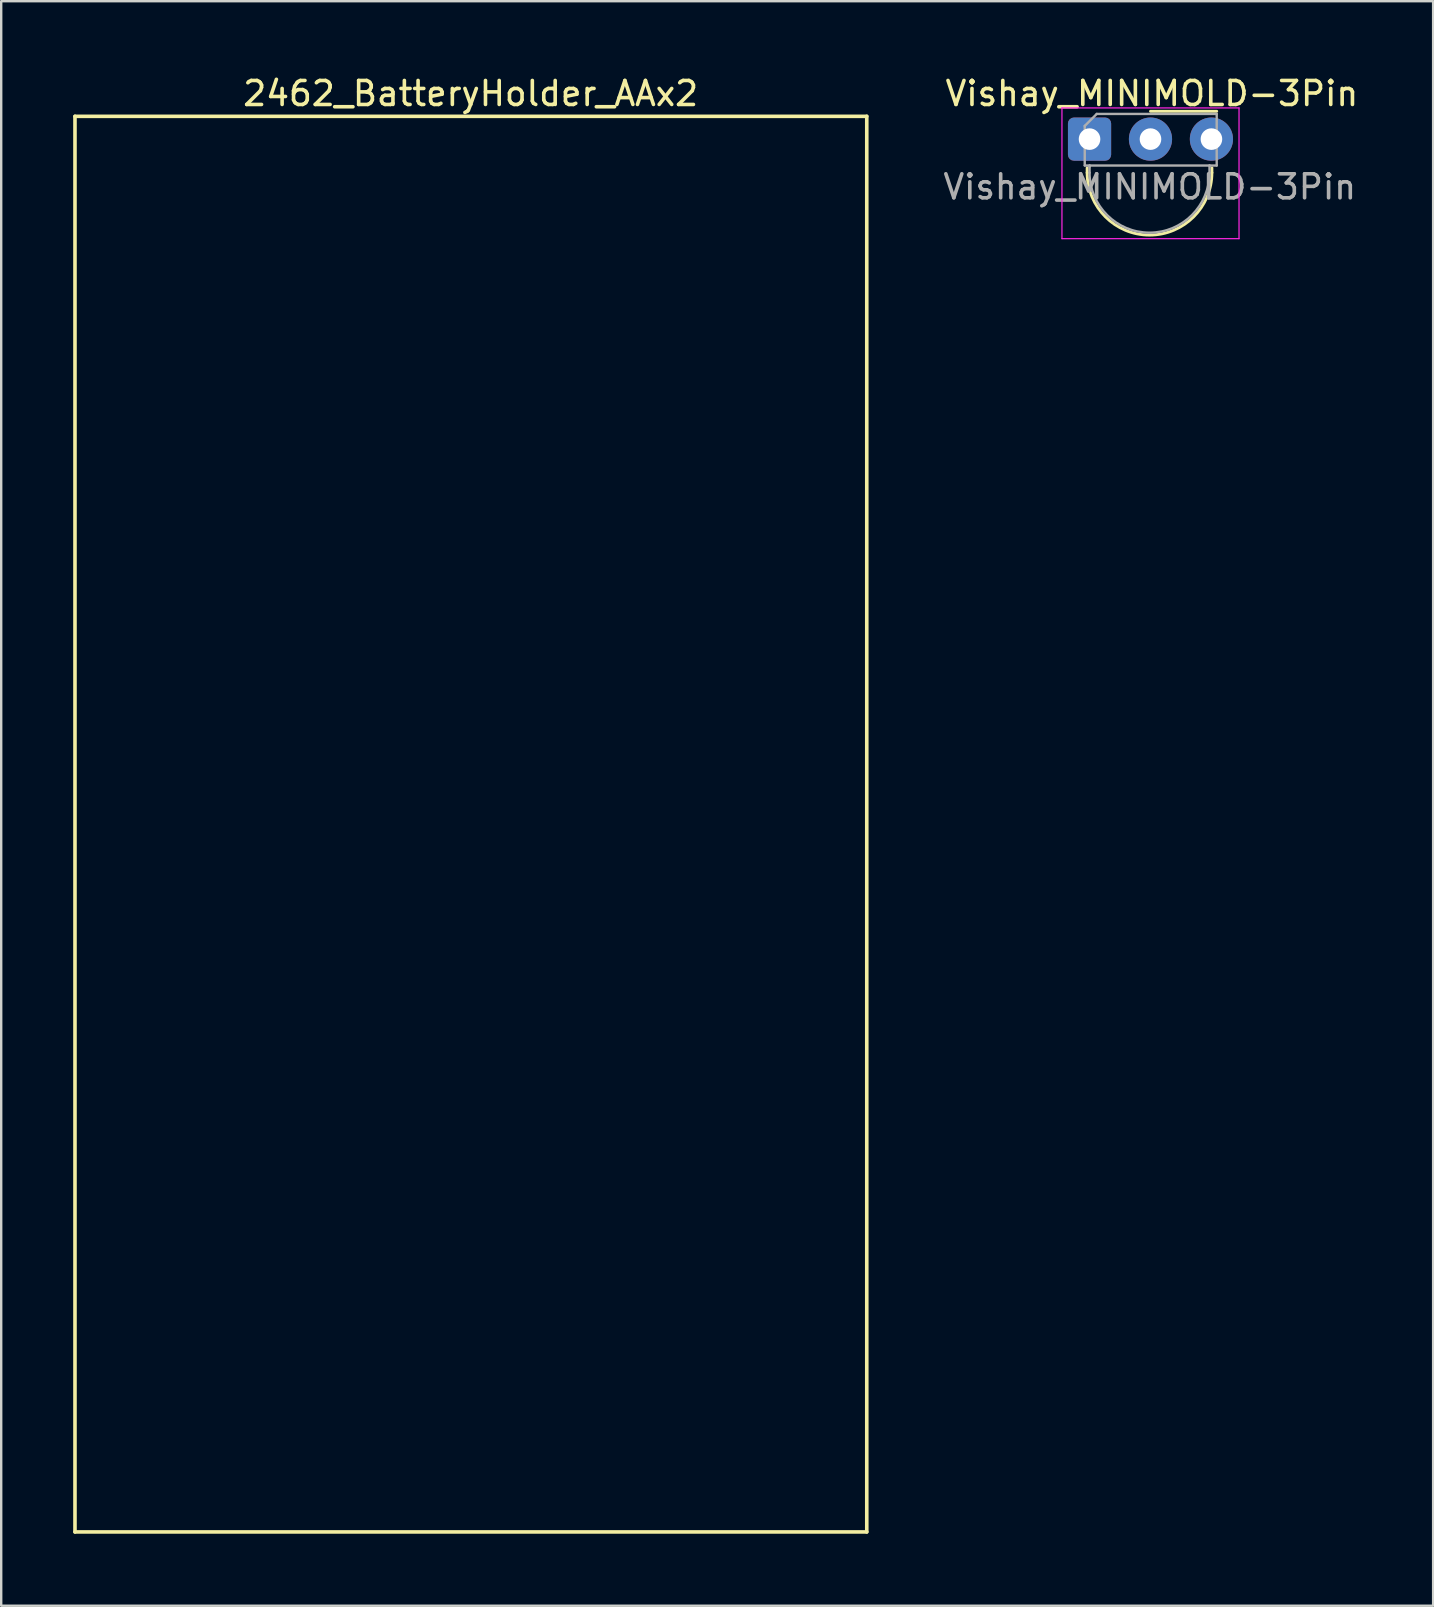
<source format=kicad_pcb>
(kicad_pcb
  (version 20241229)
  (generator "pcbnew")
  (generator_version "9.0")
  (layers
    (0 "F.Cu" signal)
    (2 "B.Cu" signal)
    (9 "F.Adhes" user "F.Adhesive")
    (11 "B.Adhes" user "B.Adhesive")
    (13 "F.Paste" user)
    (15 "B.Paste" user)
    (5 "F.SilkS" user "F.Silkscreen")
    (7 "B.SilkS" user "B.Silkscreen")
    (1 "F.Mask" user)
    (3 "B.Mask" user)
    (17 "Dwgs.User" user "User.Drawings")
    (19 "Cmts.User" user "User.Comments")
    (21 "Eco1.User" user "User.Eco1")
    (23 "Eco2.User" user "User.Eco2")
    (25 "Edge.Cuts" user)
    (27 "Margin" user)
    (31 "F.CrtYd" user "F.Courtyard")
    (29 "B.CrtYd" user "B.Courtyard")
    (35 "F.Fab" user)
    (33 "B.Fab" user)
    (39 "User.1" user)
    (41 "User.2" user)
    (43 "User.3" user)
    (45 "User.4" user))
  (footprint "Vishay_MINIMOLD-3Pin"
    (layer "F.Cu")
    (at 42.36 2.748)
    (property "Reference" "Vishay_MINIMOLD-3Pin" (at 2.6 -1.9 180) (layer "F.SilkS") (effects (font (size 1 1) (thickness 0.15))))
    (attr through_hole)
    (fp_line (start -0.1 1.4) (end -0.1 1.2) (stroke (width 0.12) (type solid)) (layer "F.SilkS"))
    (fp_line (start 5.1 1.4) (end 5.1 1.2) (stroke (width 0.12) (type solid)) (layer "F.SilkS"))
    (fp_line (start 5.3 -1.16) (end 2.54 -1.16) (stroke (width 0.12) (type solid)) (layer "F.SilkS"))
    (fp_arc (start 5.1 1.4) (mid 2.5 4) (end -0.1 1.4) (stroke (width 0.12) (type solid)) (layer "F.SilkS"))
    (fp_line (start -1.15 -1.3) (end -1.15 4.15) (stroke (width 0.05) (type solid)) (layer "F.CrtYd"))
    (fp_line (start -1.15 -1.3) (end 6.23 -1.3) (stroke (width 0.05) (type solid)) (layer "F.CrtYd"))
    (fp_line (start 6.23 4.15) (end -1.15 4.15) (stroke (width 0.05) (type solid)) (layer "F.CrtYd"))
    (fp_line (start 6.23 4.15) (end 6.23 -1.3) (stroke (width 0.05) (type solid)) (layer "F.CrtYd"))
    (fp_line (start -0.2 1.1) (end -0.2 -0.55) (stroke (width 0.1) (type solid)) (layer "F.Fab"))
    (fp_line (start 0 1.1) (end -0.2 1.1) (stroke (width 0.1) (type solid)) (layer "F.Fab"))
    (fp_line (start 0 1.15) (end 0 1.1) (stroke (width 0.1) (type solid)) (layer "F.Fab"))
    (fp_line (start 0 1.4) (end 0 1.15) (stroke (width 0.1) (type solid)) (layer "F.Fab"))
    (fp_line (start 0.3 -1.05) (end -0.2 -0.55) (stroke (width 0.1) (type solid)) (layer "F.Fab"))
    (fp_line (start 0.3 -1.05) (end 5.3 -1.05) (stroke (width 0.1) (type solid)) (layer "F.Fab"))
    (fp_line (start 5 1.1) (end 0 1.1) (stroke (width 0.1) (type solid)) (layer "F.Fab"))
    (fp_line (start 5 1.1) (end 5 1.4) (stroke (width 0.1) (type solid)) (layer "F.Fab"))
    (fp_line (start 5.3 -1.05) (end 5.3 1.1) (stroke (width 0.1) (type solid)) (layer "F.Fab"))
    (fp_line (start 5.3 1.1) (end 5 1.1) (stroke (width 0.1) (type solid)) (layer "F.Fab"))
    (fp_arc (start 5 1.4) (mid 2.5 3.9) (end 0 1.4) (stroke (width 0.1) (type solid)) (layer "F.Fab"))
    (fp_text user "${REFERENCE}" (at 2.51 1.99 0) (layer "F.Fab") (effects (font (size 1 1) (thickness 0.15))))
    (pad "1" thru_hole roundrect (at 0 0) (size 1.8 1.8) (drill 0.9) (layers "*.Cu" "*.Mask") (roundrect_rratio 0.139))
    (pad "2" thru_hole circle (at 2.54 0) (size 1.8 1.8) (drill 0.9) (layers "*.Cu" "*.Mask"))
    (pad "3" thru_hole circle (at 5.08 0) (size 1.8 1.8) (drill 0.9) (layers "*.Cu" "*.Mask")))
  (footprint "2462_BatteryHolder_AAx2"
    (layer "F.Cu")
    (at 16.575 31.298)
    (property "Reference" "2462_BatteryHolder_AAx2" (at -0.01 -30.45 0) (layer "F.SilkS") (effects (font (size 1 1) (thickness 0.15))))
    (attr through_hole)
    (fp_line (start -16.5 -29.5) (end -16.5 29.5) (stroke (width 0.15) (type solid)) (layer "F.SilkS"))
    (fp_line (start 16.5 -29.5) (end -16.5 -29.5) (stroke (width 0.15) (type solid)) (layer "F.SilkS"))
    (fp_line (start 16.5 -29.5) (end 16.5 29.5) (stroke (width 0.15) (type solid)) (layer "F.SilkS"))
    (fp_line (start 16.5 29.5) (end -16.5 29.5) (stroke (width 0.15) (type solid)) (layer "F.SilkS")))
  (gr_rect
    (start -3 -3)
    (end 56.68 63.873)
    (stroke (width 0.1) (type default))
    (fill no)
    (layer "Edge.Cuts")))
</source>
